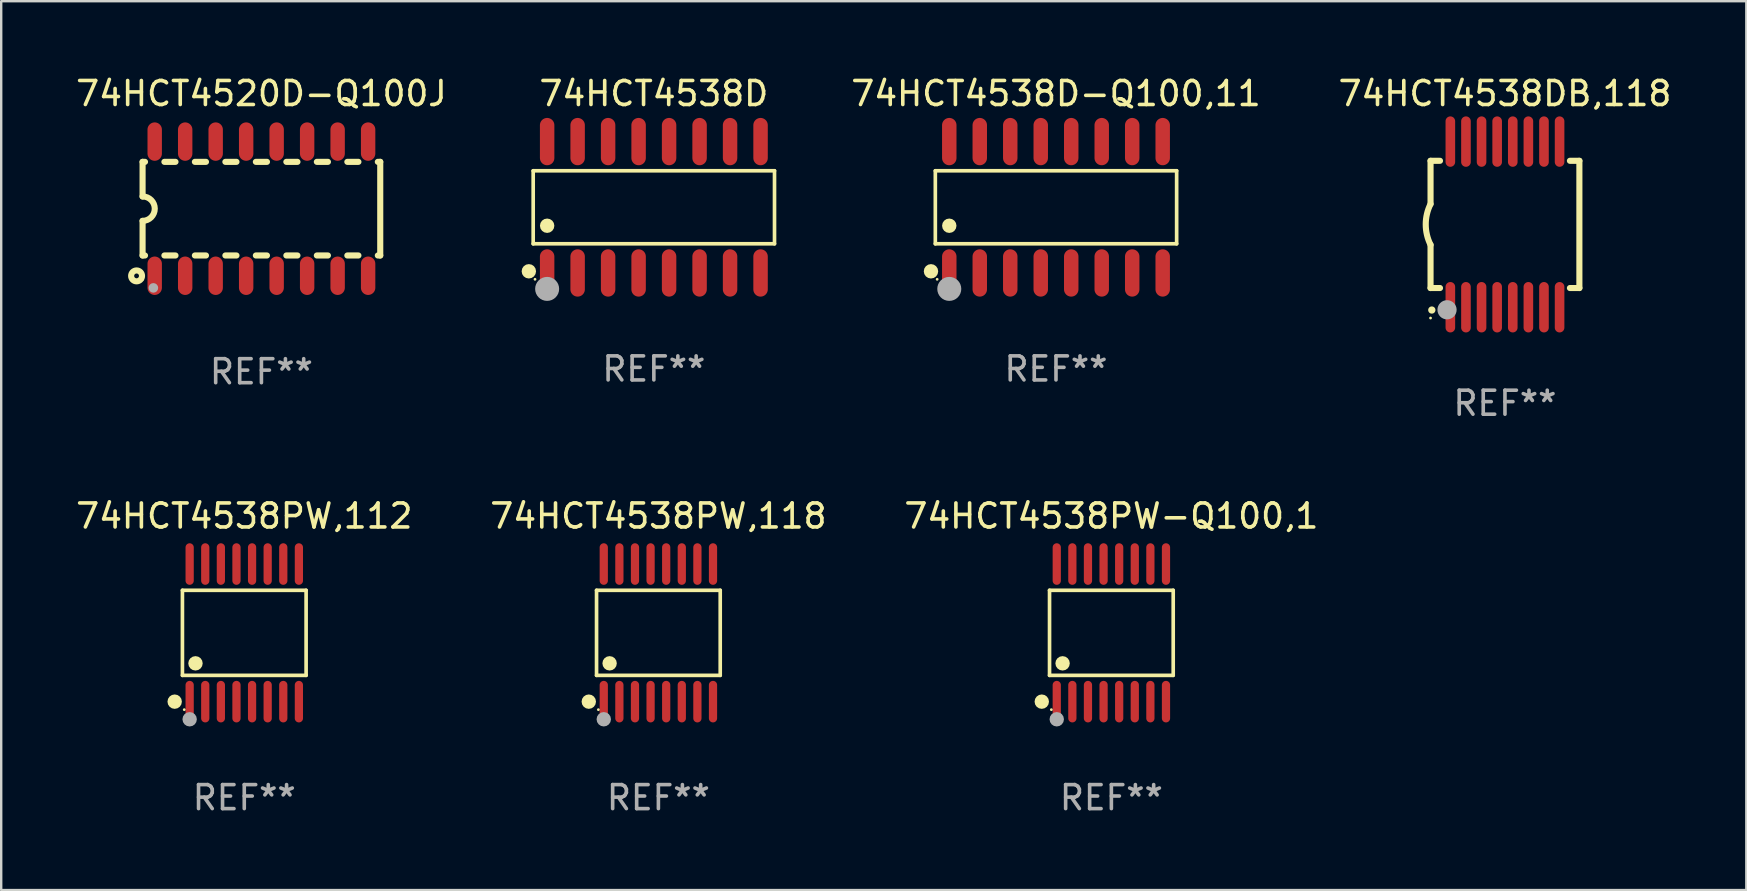
<source format=kicad_pcb>
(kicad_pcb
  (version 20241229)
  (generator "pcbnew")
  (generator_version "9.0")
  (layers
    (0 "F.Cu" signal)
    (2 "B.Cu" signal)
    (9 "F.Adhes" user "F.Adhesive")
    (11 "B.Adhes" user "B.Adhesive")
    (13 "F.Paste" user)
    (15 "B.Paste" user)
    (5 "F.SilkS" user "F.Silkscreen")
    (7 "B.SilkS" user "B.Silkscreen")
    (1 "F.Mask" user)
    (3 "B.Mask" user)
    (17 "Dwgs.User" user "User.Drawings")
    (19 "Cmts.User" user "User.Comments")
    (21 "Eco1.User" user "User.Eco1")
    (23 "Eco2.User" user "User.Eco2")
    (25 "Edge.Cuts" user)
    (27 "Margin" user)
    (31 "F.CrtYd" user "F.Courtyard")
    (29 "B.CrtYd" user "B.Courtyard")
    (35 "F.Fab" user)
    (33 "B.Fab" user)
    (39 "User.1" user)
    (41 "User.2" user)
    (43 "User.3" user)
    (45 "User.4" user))
  (footprint "74HCT4538PW,118"
    (layer "F.Cu")
    (at 24.375 23.311)
    (property "Reference" "74HCT4538PW,118" (at 0 -4.866 0) (layer "F.SilkS") (effects (font (size 1 1) (thickness 0.15))))
    (attr through_hole)
    (fp_line (start -2.576 -1.772) (end 2.576 -1.772) (stroke (width 0.152) (type solid)) (layer "F.SilkS"))
    (fp_line (start -2.576 1.771) (end -2.576 -1.772) (stroke (width 0.152) (type solid)) (layer "F.SilkS"))
    (fp_line (start 2.576 -1.772) (end 2.576 1.771) (stroke (width 0.152) (type solid)) (layer "F.SilkS"))
    (fp_line (start 2.576 1.771) (end -2.576 1.771) (stroke (width 0.152) (type solid)) (layer "F.SilkS"))
    (fp_circle (center -2.899 2.866) (end -2.749 2.866) (stroke (width 0.3) (type solid)) (fill no) (layer "F.SilkS"))
    (fp_circle (center -2.5 3.2) (end -2.47 3.2) (stroke (width 0.06) (type solid)) (fill no) (layer "F.SilkS"))
    (fp_circle (center -2.032 1.27) (end -1.882 1.27) (stroke (width 0.3) (type solid)) (fill no) (layer "F.SilkS"))
    (fp_circle (center -2.275 3.6) (end -2.125 3.6) (stroke (width 0.3) (type solid)) (fill no) (layer "F.Fab"))
    (fp_text user "REF**" (at 0 6.866 0) (layer "F.Fab") (effects (font (size 1 1) (thickness 0.15))))
    (pad "1" smd oval (at -2.275 2.866) (size 0.343 1.731) (layers "F.Cu" "F.Mask" "F.Paste"))
    (pad "2" smd oval (at -1.625 2.866) (size 0.343 1.731) (layers "F.Cu" "F.Mask" "F.Paste"))
    (pad "3" smd oval (at -0.975 2.866) (size 0.343 1.731) (layers "F.Cu" "F.Mask" "F.Paste"))
    (pad "4" smd oval (at -0.325 2.866) (size 0.343 1.731) (layers "F.Cu" "F.Mask" "F.Paste"))
    (pad "5" smd oval (at 0.325 2.866) (size 0.343 1.731) (layers "F.Cu" "F.Mask" "F.Paste"))
    (pad "6" smd oval (at 0.975 2.866) (size 0.343 1.731) (layers "F.Cu" "F.Mask" "F.Paste"))
    (pad "7" smd oval (at 1.625 2.866) (size 0.343 1.731) (layers "F.Cu" "F.Mask" "F.Paste"))
    (pad "8" smd oval (at 2.275 2.866) (size 0.343 1.731) (layers "F.Cu" "F.Mask" "F.Paste"))
    (pad "9" smd oval (at 2.275 -2.866) (size 0.343 1.731) (layers "F.Cu" "F.Mask" "F.Paste"))
    (pad "10" smd oval (at 1.625 -2.866) (size 0.343 1.731) (layers "F.Cu" "F.Mask" "F.Paste"))
    (pad "11" smd oval (at 0.975 -2.866) (size 0.343 1.731) (layers "F.Cu" "F.Mask" "F.Paste"))
    (pad "12" smd oval (at 0.325 -2.866) (size 0.343 1.731) (layers "F.Cu" "F.Mask" "F.Paste"))
    (pad "13" smd oval (at -0.325 -2.866) (size 0.343 1.731) (layers "F.Cu" "F.Mask" "F.Paste"))
    (pad "14" smd oval (at -0.975 -2.866) (size 0.343 1.731) (layers "F.Cu" "F.Mask" "F.Paste"))
    (pad "15" smd oval (at -1.625 -2.866) (size 0.343 1.731) (layers "F.Cu" "F.Mask" "F.Paste"))
    (pad "16" smd oval (at -2.275 -2.866) (size 0.343 1.731) (layers "F.Cu" "F.Mask" "F.Paste")))
  (footprint "74HCT4538D"
    (layer "F.Cu")
    (at 24.186 5.584)
    (property "Reference" "74HCT4538D" (at 0 -4.736 0) (layer "F.SilkS") (effects (font (size 1 1) (thickness 0.15))))
    (attr through_hole)
    (fp_line (start -5.026 -1.521) (end 5.026 -1.521) (stroke (width 0.152) (type solid)) (layer "F.SilkS"))
    (fp_line (start -5.026 1.521) (end -5.026 -1.521) (stroke (width 0.152) (type solid)) (layer "F.SilkS"))
    (fp_line (start 5.026 -1.521) (end 5.026 1.521) (stroke (width 0.152) (type solid)) (layer "F.SilkS"))
    (fp_line (start 5.026 1.521) (end -5.026 1.521) (stroke (width 0.152) (type solid)) (layer "F.SilkS"))
    (fp_circle (center -5.207 2.667) (end -5.057 2.667) (stroke (width 0.3) (type solid)) (fill no) (layer "F.SilkS"))
    (fp_circle (center -4.95 3) (end -4.92 3) (stroke (width 0.06) (type solid)) (fill no) (layer "F.SilkS"))
    (fp_circle (center -4.445 0.769) (end -4.295 0.769) (stroke (width 0.3) (type solid)) (fill no) (layer "F.SilkS"))
    (fp_circle (center -4.445 3.4) (end -4.195 3.4) (stroke (width 0.5) (type solid)) (fill no) (layer "F.Fab"))
    (fp_text user "REF**" (at 0 6.736 0) (layer "F.Fab") (effects (font (size 1 1) (thickness 0.15))))
    (pad "1" smd oval (at -4.445 2.736) (size 0.602 1.971) (layers "F.Cu" "F.Mask" "F.Paste"))
    (pad "2" smd oval (at -3.175 2.736) (size 0.602 1.971) (layers "F.Cu" "F.Mask" "F.Paste"))
    (pad "3" smd oval (at -1.905 2.736) (size 0.602 1.971) (layers "F.Cu" "F.Mask" "F.Paste"))
    (pad "4" smd oval (at -0.635 2.736) (size 0.602 1.971) (layers "F.Cu" "F.Mask" "F.Paste"))
    (pad "5" smd oval (at 0.635 2.736) (size 0.602 1.971) (layers "F.Cu" "F.Mask" "F.Paste"))
    (pad "6" smd oval (at 1.905 2.736) (size 0.602 1.971) (layers "F.Cu" "F.Mask" "F.Paste"))
    (pad "7" smd oval (at 3.175 2.736) (size 0.602 1.971) (layers "F.Cu" "F.Mask" "F.Paste"))
    (pad "8" smd oval (at 4.445 2.736) (size 0.602 1.971) (layers "F.Cu" "F.Mask" "F.Paste"))
    (pad "9" smd oval (at 4.445 -2.736) (size 0.602 1.971) (layers "F.Cu" "F.Mask" "F.Paste"))
    (pad "10" smd oval (at 3.175 -2.736) (size 0.602 1.971) (layers "F.Cu" "F.Mask" "F.Paste"))
    (pad "11" smd oval (at 1.905 -2.736) (size 0.602 1.971) (layers "F.Cu" "F.Mask" "F.Paste"))
    (pad "12" smd oval (at 0.635 -2.736) (size 0.602 1.971) (layers "F.Cu" "F.Mask" "F.Paste"))
    (pad "13" smd oval (at -0.635 -2.736) (size 0.602 1.971) (layers "F.Cu" "F.Mask" "F.Paste"))
    (pad "14" smd oval (at -1.905 -2.736) (size 0.602 1.971) (layers "F.Cu" "F.Mask" "F.Paste"))
    (pad "15" smd oval (at -3.175 -2.736) (size 0.602 1.971) (layers "F.Cu" "F.Mask" "F.Paste"))
    (pad "16" smd oval (at -4.445 -2.736) (size 0.602 1.971) (layers "F.Cu" "F.Mask" "F.Paste")))
  (footprint "74HCT4520D-Q100J"
    (layer "F.Cu")
    (at 7.839 5.642)
    (property "Reference" "74HCT4520D-Q100J" (at 0 -4.794 0) (layer "F.SilkS") (effects (font (size 1 1) (thickness 0.15))))
    (attr through_hole)
    (fp_line (start -4.95 -1.95) (end -4.95 -0.508) (stroke (width 0.254) (type solid)) (layer "F.SilkS"))
    (fp_line (start -4.95 -1.95) (end -4.849 -1.95) (stroke (width 0.254) (type solid)) (layer "F.SilkS"))
    (fp_line (start -4.95 1.95) (end -4.95 0.508) (stroke (width 0.254) (type solid)) (layer "F.SilkS"))
    (fp_line (start -4.95 1.95) (end -4.849 1.95) (stroke (width 0.254) (type solid)) (layer "F.SilkS"))
    (fp_line (start -4.041 -1.95) (end -3.579 -1.95) (stroke (width 0.254) (type solid)) (layer "F.SilkS"))
    (fp_line (start -4.041 1.95) (end -3.579 1.95) (stroke (width 0.254) (type solid)) (layer "F.SilkS"))
    (fp_line (start -2.771 -1.95) (end -2.309 -1.95) (stroke (width 0.254) (type solid)) (layer "F.SilkS"))
    (fp_line (start -2.771 1.95) (end -2.309 1.95) (stroke (width 0.254) (type solid)) (layer "F.SilkS"))
    (fp_line (start -1.501 -1.95) (end -1.039 -1.95) (stroke (width 0.254) (type solid)) (layer "F.SilkS"))
    (fp_line (start -1.501 1.95) (end -1.039 1.95) (stroke (width 0.254) (type solid)) (layer "F.SilkS"))
    (fp_line (start -0.231 -1.95) (end 0.231 -1.95) (stroke (width 0.254) (type solid)) (layer "F.SilkS"))
    (fp_line (start -0.231 1.95) (end 0.231 1.95) (stroke (width 0.254) (type solid)) (layer "F.SilkS"))
    (fp_line (start 1.039 -1.95) (end 1.501 -1.95) (stroke (width 0.254) (type solid)) (layer "F.SilkS"))
    (fp_line (start 1.039 1.95) (end 1.501 1.95) (stroke (width 0.254) (type solid)) (layer "F.SilkS"))
    (fp_line (start 2.309 -1.95) (end 2.771 -1.95) (stroke (width 0.254) (type solid)) (layer "F.SilkS"))
    (fp_line (start 2.309 1.95) (end 2.771 1.95) (stroke (width 0.254) (type solid)) (layer "F.SilkS"))
    (fp_line (start 3.579 -1.95) (end 4.041 -1.95) (stroke (width 0.254) (type solid)) (layer "F.SilkS"))
    (fp_line (start 3.579 1.95) (end 4.041 1.95) (stroke (width 0.254) (type solid)) (layer "F.SilkS"))
    (fp_line (start 4.849 -1.95) (end 4.95 -1.95) (stroke (width 0.254) (type solid)) (layer "F.SilkS"))
    (fp_line (start 4.849 1.95) (end 4.95 1.95) (stroke (width 0.254) (type solid)) (layer "F.SilkS"))
    (fp_line (start 4.95 -1.95) (end 4.95 1.95) (stroke (width 0.254) (type solid)) (layer "F.SilkS"))
    (fp_arc (start -4.95047 -0.508001) (mid -4.442469 -0.000228) (end -4.950013 0.508001) (stroke (width 0.254001) (type solid)) (layer "F.SilkS"))
    (fp_circle (center -5.2 2.8) (end -5.1 2.8) (stroke (width 0.254) (type solid)) (fill no) (layer "F.SilkS"))
    (fp_circle (center -4.95 2.947) (end -4.92 2.947) (stroke (width 0.06) (type solid)) (fill no) (layer "F.SilkS"))
    (fp_circle (center -4.5 3.3) (end -4.4 3.3) (stroke (width 0.2) (type solid)) (fill no) (layer "F.Fab"))
    (fp_text user "REF**" (at 0 6.794 0) (layer "F.Fab") (effects (font (size 1 1) (thickness 0.15))))
    (pad "1" smd oval (at -4.445 2.794) (size 0.6 1.6) (layers "F.Cu" "F.Mask" "F.Paste"))
    (pad "2" smd oval (at -3.175 2.794) (size 0.6 1.6) (layers "F.Cu" "F.Mask" "F.Paste"))
    (pad "3" smd oval (at -1.905 2.794) (size 0.6 1.6) (layers "F.Cu" "F.Mask" "F.Paste"))
    (pad "4" smd oval (at -0.635 2.794) (size 0.6 1.6) (layers "F.Cu" "F.Mask" "F.Paste"))
    (pad "5" smd oval (at 0.635 2.794) (size 0.6 1.6) (layers "F.Cu" "F.Mask" "F.Paste"))
    (pad "6" smd oval (at 1.905 2.794) (size 0.6 1.6) (layers "F.Cu" "F.Mask" "F.Paste"))
    (pad "7" smd oval (at 3.175 2.794) (size 0.6 1.6) (layers "F.Cu" "F.Mask" "F.Paste"))
    (pad "8" smd oval (at 4.445 2.794) (size 0.6 1.6) (layers "F.Cu" "F.Mask" "F.Paste"))
    (pad "9" smd oval (at 4.445 -2.794) (size 0.6 1.6) (layers "F.Cu" "F.Mask" "F.Paste"))
    (pad "10" smd oval (at 3.175 -2.794) (size 0.6 1.6) (layers "F.Cu" "F.Mask" "F.Paste"))
    (pad "11" smd oval (at 1.905 -2.794) (size 0.6 1.6) (layers "F.Cu" "F.Mask" "F.Paste"))
    (pad "12" smd oval (at 0.635 -2.794) (size 0.6 1.6) (layers "F.Cu" "F.Mask" "F.Paste"))
    (pad "13" smd oval (at -0.635 -2.794) (size 0.6 1.6) (layers "F.Cu" "F.Mask" "F.Paste"))
    (pad "14" smd oval (at -1.905 -2.794) (size 0.6 1.6) (layers "F.Cu" "F.Mask" "F.Paste"))
    (pad "15" smd oval (at -3.175 -2.794) (size 0.6 1.6) (layers "F.Cu" "F.Mask" "F.Paste"))
    (pad "16" smd oval (at -4.445 -2.794) (size 0.6 1.6) (layers "F.Cu" "F.Mask" "F.Paste")))
  (footprint "74HCT4538DB,118"
    (layer "F.Cu")
    (at 59.639 6.298)
    (property "Reference" "74HCT4538DB,118" (at 0 -5.45 0) (layer "F.SilkS") (effects (font (size 1 1) (thickness 0.15))))
    (attr through_hole)
    (fp_line (start -3.1 -2.65) (end -3.1 -0.85) (stroke (width 0.254) (type solid)) (layer "F.SilkS"))
    (fp_line (start -3.1 -2.65) (end -2.706 -2.65) (stroke (width 0.254) (type solid)) (layer "F.SilkS"))
    (fp_line (start -3.1 2.65) (end -3.1 0.85) (stroke (width 0.254) (type solid)) (layer "F.SilkS"))
    (fp_line (start -3.1 2.65) (end -2.706 2.65) (stroke (width 0.254) (type solid)) (layer "F.SilkS"))
    (fp_line (start 2.706 -2.65) (end 3.1 -2.65) (stroke (width 0.254) (type solid)) (layer "F.SilkS"))
    (fp_line (start 2.706 2.65) (end 3.1 2.65) (stroke (width 0.254) (type solid)) (layer "F.SilkS"))
    (fp_line (start 3.1 -2.65) (end 3.1 2.65) (stroke (width 0.254) (type solid)) (layer "F.SilkS"))
    (fp_arc (start -3.098907 0.850902) (mid -3.300057 0.000523) (end -3.1 -0.850114) (stroke (width 0.254001) (type solid)) (layer "F.SilkS"))
    (fp_arc (start -3.048006 3.566066) (mid -3.046736 3.566061) (end -3.045466 3.566066) (stroke (width 0.3) (type solid)) (layer "F.SilkS"))
    (fp_circle (center -3.1 3.9) (end -3.07 3.9) (stroke (width 0.06) (type solid)) (fill no) (layer "F.SilkS"))
    (fp_circle (center -2.413 3.556) (end -2.213 3.556) (stroke (width 0.4) (type solid)) (fill no) (layer "F.Fab"))
    (fp_text user "REF**" (at 0 7.45 0) (layer "F.Fab") (effects (font (size 1 1) (thickness 0.15))))
    (pad "1" smd oval (at -2.275 3.45 180) (size 0.4 2.1) (layers "F.Cu" "F.Mask" "F.Paste"))
    (pad "2" smd oval (at -1.625 3.45 180) (size 0.4 2.1) (layers "F.Cu" "F.Mask" "F.Paste"))
    (pad "3" smd oval (at -0.975 3.45 180) (size 0.4 2.1) (layers "F.Cu" "F.Mask" "F.Paste"))
    (pad "4" smd oval (at -0.325 3.45 180) (size 0.4 2.1) (layers "F.Cu" "F.Mask" "F.Paste"))
    (pad "5" smd oval (at 0.325 3.45 180) (size 0.4 2.1) (layers "F.Cu" "F.Mask" "F.Paste"))
    (pad "6" smd oval (at 0.975 3.45 180) (size 0.4 2.1) (layers "F.Cu" "F.Mask" "F.Paste"))
    (pad "7" smd oval (at 1.625 3.45 180) (size 0.4 2.1) (layers "F.Cu" "F.Mask" "F.Paste"))
    (pad "8" smd oval (at 2.275 3.45 180) (size 0.4 2.1) (layers "F.Cu" "F.Mask" "F.Paste"))
    (pad "9" smd oval (at 2.275 -3.45 180) (size 0.4 2.1) (layers "F.Cu" "F.Mask" "F.Paste"))
    (pad "10" smd oval (at 1.625 -3.45 180) (size 0.4 2.1) (layers "F.Cu" "F.Mask" "F.Paste"))
    (pad "11" smd oval (at 0.975 -3.45 180) (size 0.4 2.1) (layers "F.Cu" "F.Mask" "F.Paste"))
    (pad "12" smd oval (at 0.325 -3.45 180) (size 0.4 2.1) (layers "F.Cu" "F.Mask" "F.Paste"))
    (pad "13" smd oval (at -0.325 -3.45 180) (size 0.4 2.1) (layers "F.Cu" "F.Mask" "F.Paste"))
    (pad "14" smd oval (at -0.975 -3.45 180) (size 0.4 2.1) (layers "F.Cu" "F.Mask" "F.Paste"))
    (pad "15" smd oval (at -1.625 -3.45 180) (size 0.4 2.1) (layers "F.Cu" "F.Mask" "F.Paste"))
    (pad "16" smd oval (at -2.275 -3.45 180) (size 0.4 2.1) (layers "F.Cu" "F.Mask" "F.Paste")))
  (footprint "74HCT4538PW,112"
    (layer "F.Cu")
    (at 7.125 23.311)
    (property "Reference" "74HCT4538PW,112" (at 0 -4.866 0) (layer "F.SilkS") (effects (font (size 1 1) (thickness 0.15))))
    (attr through_hole)
    (fp_line (start -2.576 -1.772) (end 2.576 -1.772) (stroke (width 0.152) (type solid)) (layer "F.SilkS"))
    (fp_line (start -2.576 1.771) (end -2.576 -1.772) (stroke (width 0.152) (type solid)) (layer "F.SilkS"))
    (fp_line (start 2.576 -1.772) (end 2.576 1.771) (stroke (width 0.152) (type solid)) (layer "F.SilkS"))
    (fp_line (start 2.576 1.771) (end -2.576 1.771) (stroke (width 0.152) (type solid)) (layer "F.SilkS"))
    (fp_circle (center -2.899 2.866) (end -2.749 2.866) (stroke (width 0.3) (type solid)) (fill no) (layer "F.SilkS"))
    (fp_circle (center -2.5 3.2) (end -2.47 3.2) (stroke (width 0.06) (type solid)) (fill no) (layer "F.SilkS"))
    (fp_circle (center -2.032 1.27) (end -1.882 1.27) (stroke (width 0.3) (type solid)) (fill no) (layer "F.SilkS"))
    (fp_circle (center -2.275 3.6) (end -2.125 3.6) (stroke (width 0.3) (type solid)) (fill no) (layer "F.Fab"))
    (fp_text user "REF**" (at 0 6.866 0) (layer "F.Fab") (effects (font (size 1 1) (thickness 0.15))))
    (pad "1" smd oval (at -2.275 2.866) (size 0.343 1.731) (layers "F.Cu" "F.Mask" "F.Paste"))
    (pad "2" smd oval (at -1.625 2.866) (size 0.343 1.731) (layers "F.Cu" "F.Mask" "F.Paste"))
    (pad "3" smd oval (at -0.975 2.866) (size 0.343 1.731) (layers "F.Cu" "F.Mask" "F.Paste"))
    (pad "4" smd oval (at -0.325 2.866) (size 0.343 1.731) (layers "F.Cu" "F.Mask" "F.Paste"))
    (pad "5" smd oval (at 0.325 2.866) (size 0.343 1.731) (layers "F.Cu" "F.Mask" "F.Paste"))
    (pad "6" smd oval (at 0.975 2.866) (size 0.343 1.731) (layers "F.Cu" "F.Mask" "F.Paste"))
    (pad "7" smd oval (at 1.625 2.866) (size 0.343 1.731) (layers "F.Cu" "F.Mask" "F.Paste"))
    (pad "8" smd oval (at 2.275 2.866) (size 0.343 1.731) (layers "F.Cu" "F.Mask" "F.Paste"))
    (pad "9" smd oval (at 2.275 -2.866) (size 0.343 1.731) (layers "F.Cu" "F.Mask" "F.Paste"))
    (pad "10" smd oval (at 1.625 -2.866) (size 0.343 1.731) (layers "F.Cu" "F.Mask" "F.Paste"))
    (pad "11" smd oval (at 0.975 -2.866) (size 0.343 1.731) (layers "F.Cu" "F.Mask" "F.Paste"))
    (pad "12" smd oval (at 0.325 -2.866) (size 0.343 1.731) (layers "F.Cu" "F.Mask" "F.Paste"))
    (pad "13" smd oval (at -0.325 -2.866) (size 0.343 1.731) (layers "F.Cu" "F.Mask" "F.Paste"))
    (pad "14" smd oval (at -0.975 -2.866) (size 0.343 1.731) (layers "F.Cu" "F.Mask" "F.Paste"))
    (pad "15" smd oval (at -1.625 -2.866) (size 0.343 1.731) (layers "F.Cu" "F.Mask" "F.Paste"))
    (pad "16" smd oval (at -2.275 -2.866) (size 0.343 1.731) (layers "F.Cu" "F.Mask" "F.Paste")))
  (footprint "74HCT4538D-Q100,11"
    (layer "F.Cu")
    (at 40.937 5.584)
    (property "Reference" "74HCT4538D-Q100,11" (at 0 -4.736 0) (layer "F.SilkS") (effects (font (size 1 1) (thickness 0.15))))
    (attr through_hole)
    (fp_line (start -5.026 -1.521) (end 5.026 -1.521) (stroke (width 0.152) (type solid)) (layer "F.SilkS"))
    (fp_line (start -5.026 1.521) (end -5.026 -1.521) (stroke (width 0.152) (type solid)) (layer "F.SilkS"))
    (fp_line (start 5.026 -1.521) (end 5.026 1.521) (stroke (width 0.152) (type solid)) (layer "F.SilkS"))
    (fp_line (start 5.026 1.521) (end -5.026 1.521) (stroke (width 0.152) (type solid)) (layer "F.SilkS"))
    (fp_circle (center -5.207 2.667) (end -5.057 2.667) (stroke (width 0.3) (type solid)) (fill no) (layer "F.SilkS"))
    (fp_circle (center -4.95 3) (end -4.92 3) (stroke (width 0.06) (type solid)) (fill no) (layer "F.SilkS"))
    (fp_circle (center -4.445 0.769) (end -4.295 0.769) (stroke (width 0.3) (type solid)) (fill no) (layer "F.SilkS"))
    (fp_circle (center -4.445 3.4) (end -4.195 3.4) (stroke (width 0.5) (type solid)) (fill no) (layer "F.Fab"))
    (fp_text user "REF**" (at 0 6.736 0) (layer "F.Fab") (effects (font (size 1 1) (thickness 0.15))))
    (pad "1" smd oval (at -4.445 2.736) (size 0.602 1.971) (layers "F.Cu" "F.Mask" "F.Paste"))
    (pad "2" smd oval (at -3.175 2.736) (size 0.602 1.971) (layers "F.Cu" "F.Mask" "F.Paste"))
    (pad "3" smd oval (at -1.905 2.736) (size 0.602 1.971) (layers "F.Cu" "F.Mask" "F.Paste"))
    (pad "4" smd oval (at -0.635 2.736) (size 0.602 1.971) (layers "F.Cu" "F.Mask" "F.Paste"))
    (pad "5" smd oval (at 0.635 2.736) (size 0.602 1.971) (layers "F.Cu" "F.Mask" "F.Paste"))
    (pad "6" smd oval (at 1.905 2.736) (size 0.602 1.971) (layers "F.Cu" "F.Mask" "F.Paste"))
    (pad "7" smd oval (at 3.175 2.736) (size 0.602 1.971) (layers "F.Cu" "F.Mask" "F.Paste"))
    (pad "8" smd oval (at 4.445 2.736) (size 0.602 1.971) (layers "F.Cu" "F.Mask" "F.Paste"))
    (pad "9" smd oval (at 4.445 -2.736) (size 0.602 1.971) (layers "F.Cu" "F.Mask" "F.Paste"))
    (pad "10" smd oval (at 3.175 -2.736) (size 0.602 1.971) (layers "F.Cu" "F.Mask" "F.Paste"))
    (pad "11" smd oval (at 1.905 -2.736) (size 0.602 1.971) (layers "F.Cu" "F.Mask" "F.Paste"))
    (pad "12" smd oval (at 0.635 -2.736) (size 0.602 1.971) (layers "F.Cu" "F.Mask" "F.Paste"))
    (pad "13" smd oval (at -0.635 -2.736) (size 0.602 1.971) (layers "F.Cu" "F.Mask" "F.Paste"))
    (pad "14" smd oval (at -1.905 -2.736) (size 0.602 1.971) (layers "F.Cu" "F.Mask" "F.Paste"))
    (pad "15" smd oval (at -3.175 -2.736) (size 0.602 1.971) (layers "F.Cu" "F.Mask" "F.Paste"))
    (pad "16" smd oval (at -4.445 -2.736) (size 0.602 1.971) (layers "F.Cu" "F.Mask" "F.Paste")))
  (footprint "74HCT4538PW-Q100,1"
    (layer "F.Cu")
    (at 43.244 23.311)
    (property "Reference" "74HCT4538PW-Q100,1" (at 0 -4.866 0) (layer "F.SilkS") (effects (font (size 1 1) (thickness 0.15))))
    (attr through_hole)
    (fp_line (start -2.576 -1.772) (end 2.576 -1.772) (stroke (width 0.152) (type solid)) (layer "F.SilkS"))
    (fp_line (start -2.576 1.771) (end -2.576 -1.772) (stroke (width 0.152) (type solid)) (layer "F.SilkS"))
    (fp_line (start 2.576 -1.772) (end 2.576 1.771) (stroke (width 0.152) (type solid)) (layer "F.SilkS"))
    (fp_line (start 2.576 1.771) (end -2.576 1.771) (stroke (width 0.152) (type solid)) (layer "F.SilkS"))
    (fp_circle (center -2.899 2.866) (end -2.749 2.866) (stroke (width 0.3) (type solid)) (fill no) (layer "F.SilkS"))
    (fp_circle (center -2.5 3.2) (end -2.47 3.2) (stroke (width 0.06) (type solid)) (fill no) (layer "F.SilkS"))
    (fp_circle (center -2.032 1.27) (end -1.882 1.27) (stroke (width 0.3) (type solid)) (fill no) (layer "F.SilkS"))
    (fp_circle (center -2.275 3.6) (end -2.125 3.6) (stroke (width 0.3) (type solid)) (fill no) (layer "F.Fab"))
    (fp_text user "REF**" (at 0 6.866 0) (layer "F.Fab") (effects (font (size 1 1) (thickness 0.15))))
    (pad "1" smd oval (at -2.275 2.866) (size 0.343 1.731) (layers "F.Cu" "F.Mask" "F.Paste"))
    (pad "2" smd oval (at -1.625 2.866) (size 0.343 1.731) (layers "F.Cu" "F.Mask" "F.Paste"))
    (pad "3" smd oval (at -0.975 2.866) (size 0.343 1.731) (layers "F.Cu" "F.Mask" "F.Paste"))
    (pad "4" smd oval (at -0.325 2.866) (size 0.343 1.731) (layers "F.Cu" "F.Mask" "F.Paste"))
    (pad "5" smd oval (at 0.325 2.866) (size 0.343 1.731) (layers "F.Cu" "F.Mask" "F.Paste"))
    (pad "6" smd oval (at 0.975 2.866) (size 0.343 1.731) (layers "F.Cu" "F.Mask" "F.Paste"))
    (pad "7" smd oval (at 1.625 2.866) (size 0.343 1.731) (layers "F.Cu" "F.Mask" "F.Paste"))
    (pad "8" smd oval (at 2.275 2.866) (size 0.343 1.731) (layers "F.Cu" "F.Mask" "F.Paste"))
    (pad "9" smd oval (at 2.275 -2.866) (size 0.343 1.731) (layers "F.Cu" "F.Mask" "F.Paste"))
    (pad "10" smd oval (at 1.625 -2.866) (size 0.343 1.731) (layers "F.Cu" "F.Mask" "F.Paste"))
    (pad "11" smd oval (at 0.975 -2.866) (size 0.343 1.731) (layers "F.Cu" "F.Mask" "F.Paste"))
    (pad "12" smd oval (at 0.325 -2.866) (size 0.343 1.731) (layers "F.Cu" "F.Mask" "F.Paste"))
    (pad "13" smd oval (at -0.325 -2.866) (size 0.343 1.731) (layers "F.Cu" "F.Mask" "F.Paste"))
    (pad "14" smd oval (at -0.975 -2.866) (size 0.343 1.731) (layers "F.Cu" "F.Mask" "F.Paste"))
    (pad "15" smd oval (at -1.625 -2.866) (size 0.343 1.731) (layers "F.Cu" "F.Mask" "F.Paste"))
    (pad "16" smd oval (at -2.275 -2.866) (size 0.343 1.731) (layers "F.Cu" "F.Mask" "F.Paste")))
  (gr_rect
    (start -3 -3)
    (end 69.693 34.025)
    (stroke (width 0.1) (type default))
    (fill no)
    (layer "Edge.Cuts")))
</source>
